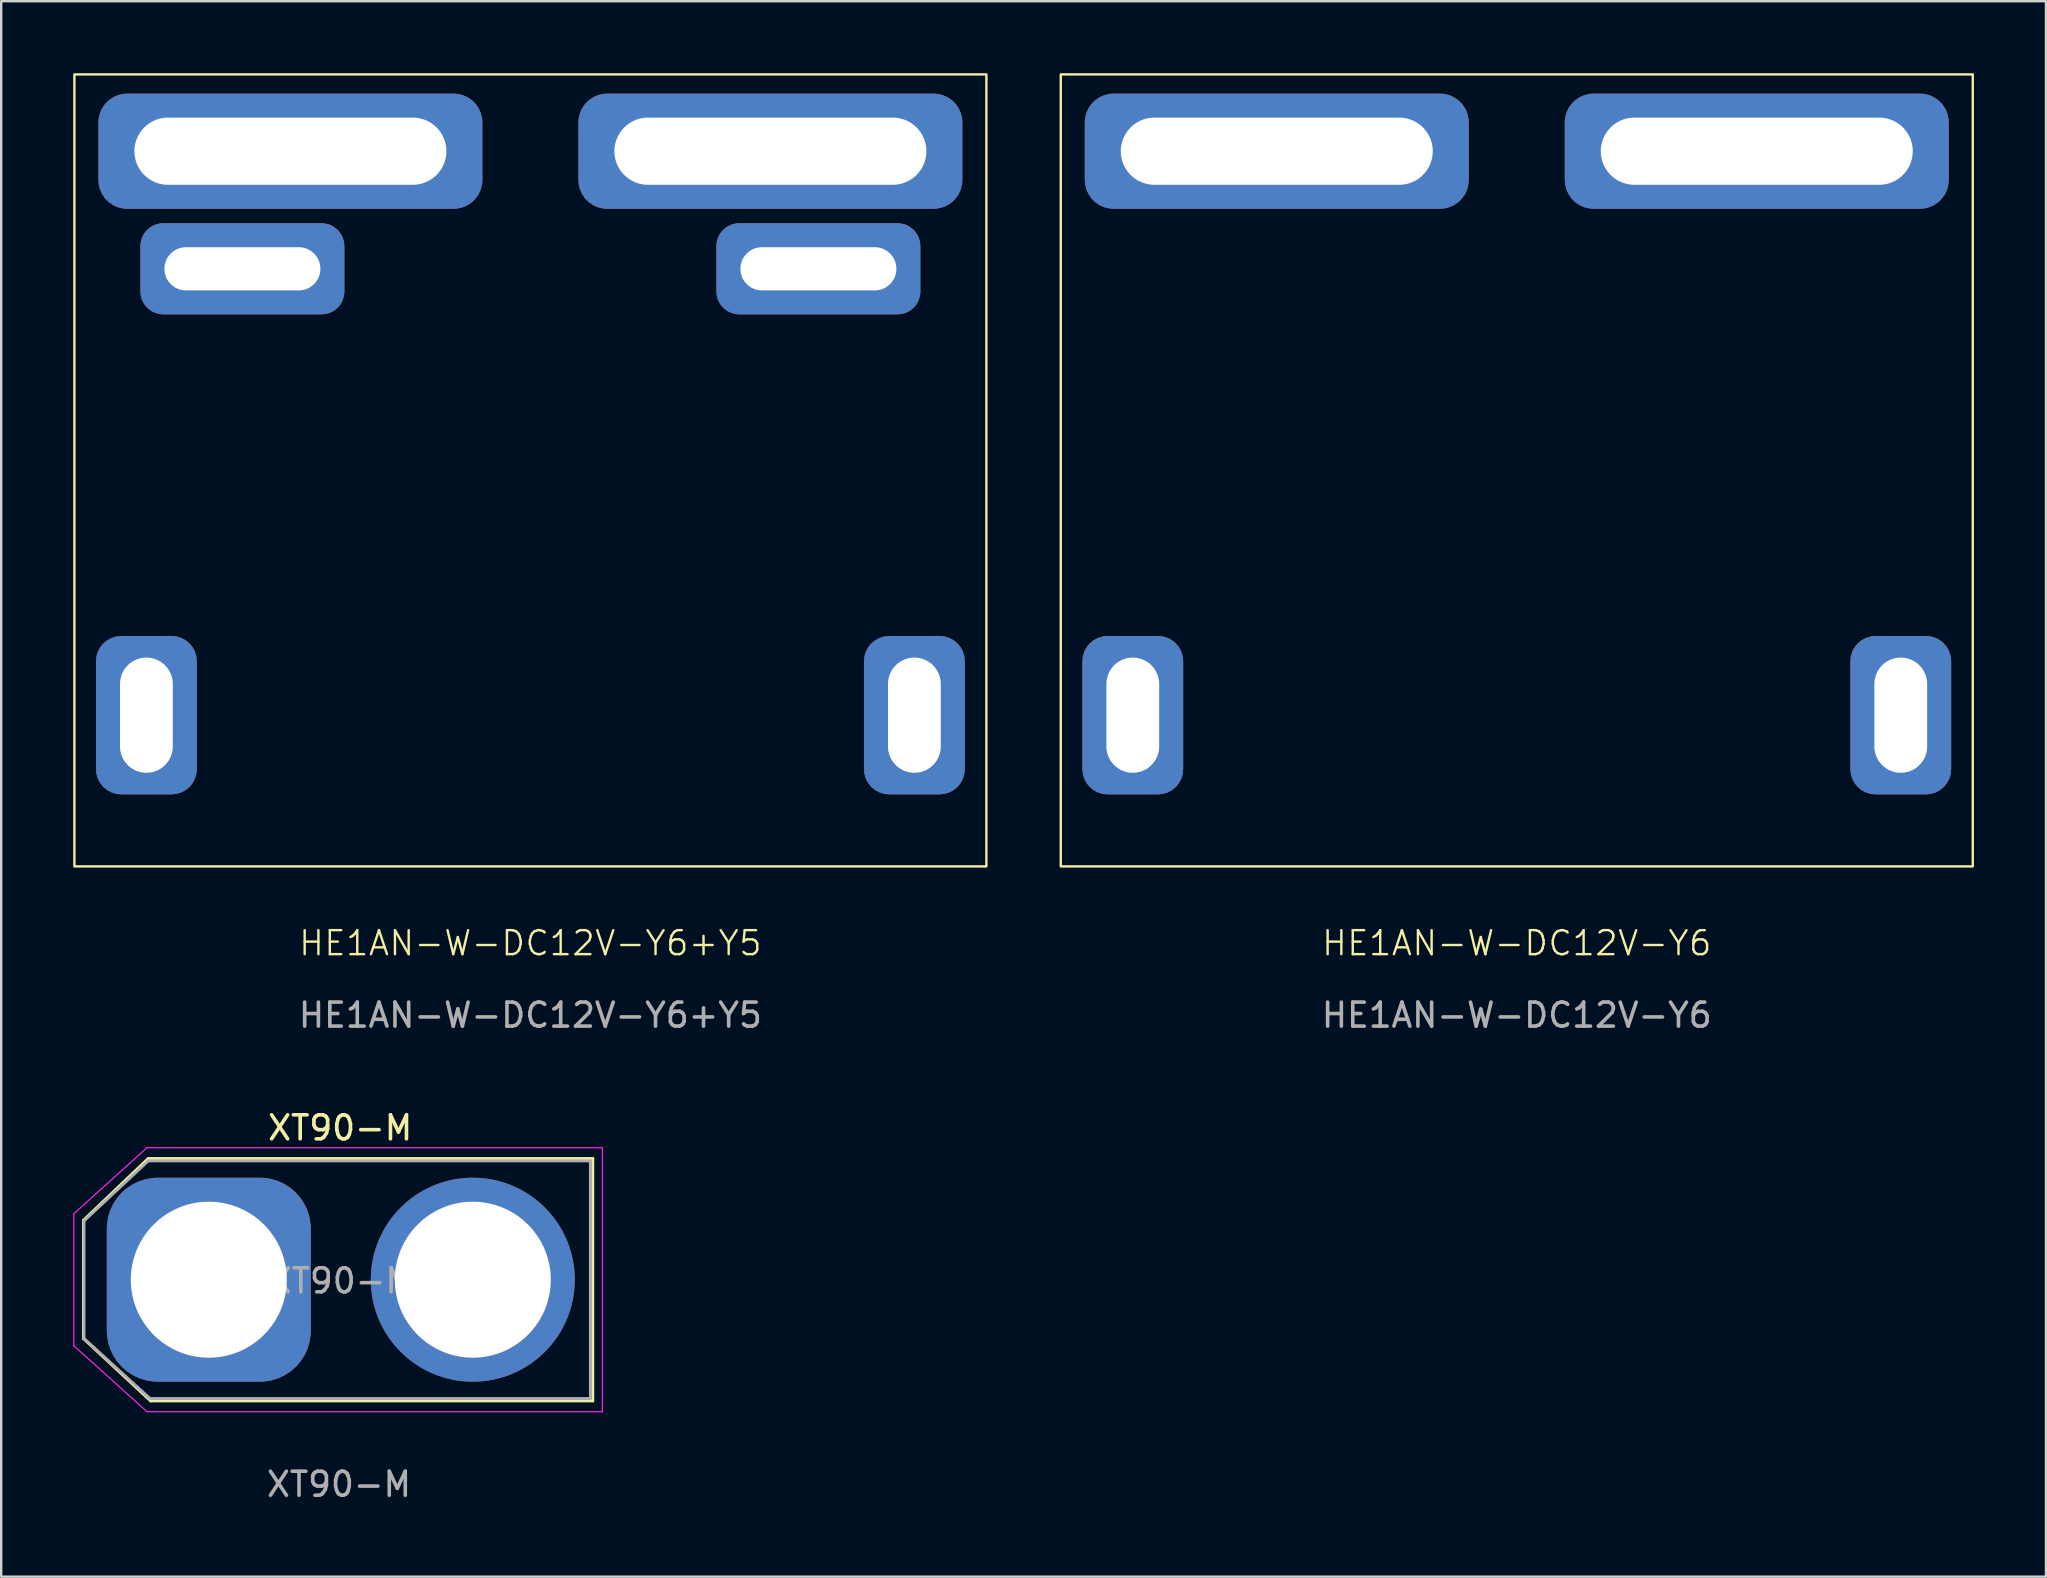
<source format=kicad_pcb>
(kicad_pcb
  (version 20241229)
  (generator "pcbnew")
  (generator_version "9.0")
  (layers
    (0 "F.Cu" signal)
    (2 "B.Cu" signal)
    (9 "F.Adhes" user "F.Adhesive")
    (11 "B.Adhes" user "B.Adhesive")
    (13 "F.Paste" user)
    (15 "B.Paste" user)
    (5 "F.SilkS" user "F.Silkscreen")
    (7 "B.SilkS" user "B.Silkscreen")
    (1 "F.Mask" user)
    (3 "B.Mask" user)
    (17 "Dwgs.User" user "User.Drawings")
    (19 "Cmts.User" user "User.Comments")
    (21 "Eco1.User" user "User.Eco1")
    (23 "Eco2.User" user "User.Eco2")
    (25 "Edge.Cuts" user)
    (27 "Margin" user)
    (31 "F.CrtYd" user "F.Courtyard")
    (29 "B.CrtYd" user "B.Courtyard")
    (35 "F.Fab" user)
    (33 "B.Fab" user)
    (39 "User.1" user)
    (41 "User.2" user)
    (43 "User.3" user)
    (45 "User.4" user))
  (footprint "HE1AN-W-DC12V-Y6"
    (layer "F.Cu")
    (at 60.15 36.75)
    (property "Reference" "HE1AN-W-DC12V-Y6" (at 0 -0.5 0) (unlocked yes) (layer "F.SilkS") (effects (font (size 1 1) (thickness 0.1))))
    (attr through_hole)
    (fp_rect (start -19 -36.7) (end 19 -3.7) (stroke (width 0.1) (type default)) (fill no) (layer "F.SilkS"))
    (fp_text user "${REFERENCE}" (at 0 2.5 0) (unlocked yes) (layer "F.Fab") (effects (font (size 1 1) (thickness 0.15))))
    (pad "1" thru_hole roundrect (at -10 -33.5) (size 16 4.8) (drill oval 13 2.8) (layers "*.Cu" "*.Mask") (roundrect_rratio 0.25))
    (pad "2" thru_hole roundrect (at 10 -33.5) (size 16 4.8) (drill oval 13 2.8) (layers "*.Cu" "*.Mask") (roundrect_rratio 0.25))
    (pad "3" thru_hole roundrect (at 16 -10) (size 4.2 6.6) (drill oval 2.2 4.8) (layers "*.Cu" "*.Mask") (roundrect_rratio 0.25))
    (pad "4" thru_hole roundrect (at -16 -10) (size 4.2 6.6) (drill oval 2.2 4.8) (layers "*.Cu" "*.Mask") (roundrect_rratio 0.25)))
  (footprint "HE1AN-W-DC12V-Y6+Y5"
    (layer "F.Cu")
    (at 19.05 36.75)
    (property "Reference" "HE1AN-W-DC12V-Y6+Y5" (at 0 -0.5 0) (unlocked yes) (layer "F.SilkS") (effects (font (size 1 1) (thickness 0.1))))
    (attr through_hole)
    (fp_rect (start -19 -36.7) (end 19 -3.7) (stroke (width 0.1) (type default)) (fill no) (layer "F.SilkS"))
    (fp_text user "${REFERENCE}" (at 0 2.5 0) (unlocked yes) (layer "F.Fab") (effects (font (size 1 1) (thickness 0.15))))
    (pad "1" thru_hole roundrect (at -12 -28.6 90) (size 3.8 8.5) (drill oval 1.8 6.5) (layers "*.Cu" "*.Mask") (roundrect_rratio 0.25))
    (pad "1" thru_hole roundrect (at -10 -33.5) (size 16 4.8) (drill oval 13 2.8) (layers "*.Cu" "*.Mask") (roundrect_rratio 0.25))
    (pad "2" thru_hole roundrect (at 10 -33.5) (size 16 4.8) (drill oval 13 2.8) (layers "*.Cu" "*.Mask") (roundrect_rratio 0.25))
    (pad "2" thru_hole roundrect (at 12 -28.6 90) (size 3.8 8.5) (drill oval 1.8 6.5) (layers "*.Cu" "*.Mask") (roundrect_rratio 0.25))
    (pad "3" thru_hole roundrect (at 16 -10) (size 4.2 6.6) (drill oval 2.2 4.8) (layers "*.Cu" "*.Mask") (roundrect_rratio 0.25))
    (pad "4" thru_hole roundrect (at -16 -10) (size 4.2 6.6) (drill oval 2.2 4.8) (layers "*.Cu" "*.Mask") (roundrect_rratio 0.25)))
  (footprint "XT90-M"
    (layer "F.Cu")
    (at 11.125 56.397)
    (property "Reference" "XT90-M" (at 0 -12.45 0) (unlocked yes) (layer "F.SilkS") (effects (font (size 1 1) (thickness 0.15))))
    (attr through_hole)
    (fp_line (start -10.7 -8.6) (end -10.7 -3.675) (stroke (width 0.12) (type solid)) (layer "F.SilkS"))
    (fp_line (start -10.7 -3.675) (end -7.9 -1.075) (stroke (width 0.12) (type default)) (layer "F.SilkS"))
    (fp_line (start -8 -11.175) (end -10.7 -8.6) (stroke (width 0.12) (type default)) (layer "F.SilkS"))
    (fp_line (start -7.9 -1.075) (end 10.525 -1.075) (stroke (width 0.12) (type solid)) (layer "F.SilkS"))
    (fp_line (start 10.525 -11.175) (end -8 -11.175) (stroke (width 0.12) (type solid)) (layer "F.SilkS"))
    (fp_line (start 10.525 -1.075) (end 10.525 -11.175) (stroke (width 0.12) (type solid)) (layer "F.SilkS"))
    (fp_line (start -11.1 -8.875) (end -8.05 -11.625) (stroke (width 0.05) (type solid)) (layer "F.CrtYd"))
    (fp_line (start -11.1 -3.375) (end -11.1 -8.875) (stroke (width 0.05) (type solid)) (layer "F.CrtYd"))
    (fp_line (start -8.05 -11.625) (end 10.925 -11.625) (stroke (width 0.05) (type solid)) (layer "F.CrtYd"))
    (fp_line (start -8.05 -0.625) (end -11.1 -3.375) (stroke (width 0.05) (type solid)) (layer "F.CrtYd"))
    (fp_line (start 10.925 -11.625) (end 10.925 -0.625) (stroke (width 0.05) (type solid)) (layer "F.CrtYd"))
    (fp_line (start 10.925 -0.625) (end -8.05 -0.625) (stroke (width 0.05) (type solid)) (layer "F.CrtYd"))
    (fp_line (start -10.675 -8.575) (end -10.675 -3.675) (stroke (width 0.12) (type solid)) (layer "F.Fab"))
    (fp_line (start -10.675 -3.675) (end -7.925 -1.175) (stroke (width 0.12) (type solid)) (layer "F.Fab"))
    (fp_line (start -8 -11.075) (end -10.675 -8.575) (stroke (width 0.12) (type solid)) (layer "F.Fab"))
    (fp_line (start -7.925 -1.175) (end 10.425 -1.175) (stroke (width 0.12) (type solid)) (layer "F.Fab"))
    (fp_line (start 10.425 -11.075) (end -8 -11.075) (stroke (width 0.12) (type solid)) (layer "F.Fab"))
    (fp_line (start 10.425 -1.175) (end 10.425 -11.075) (stroke (width 0.12) (type solid)) (layer "F.Fab"))
    (fp_text user "${REFERENCE}" (at -0.05 2.4 0) (unlocked yes) (layer "F.Fab") (effects (font (size 1 1) (thickness 0.15))))
    (fp_text user "${REFERENCE}" (at 0.025 -6.075 0) (layer "F.Fab") (effects (font (size 1 1) (thickness 0.15))))
    (pad "1" thru_hole roundrect (at -5.475 -6.125) (size 8.5 8.5) (drill 6.5) (layers "*.Cu" "*.Mask") (roundrect_rratio 0.25))
    (pad "2" thru_hole circle (at 5.525 -6.125) (size 8.5 8.5) (drill 6.5) (layers "*.Cu" "*.Mask")))
  (gr_rect
    (start -3 -3)
    (end 82.2 62.645)
    (stroke (width 0.1) (type default))
    (fill no)
    (layer "Edge.Cuts")))
</source>
